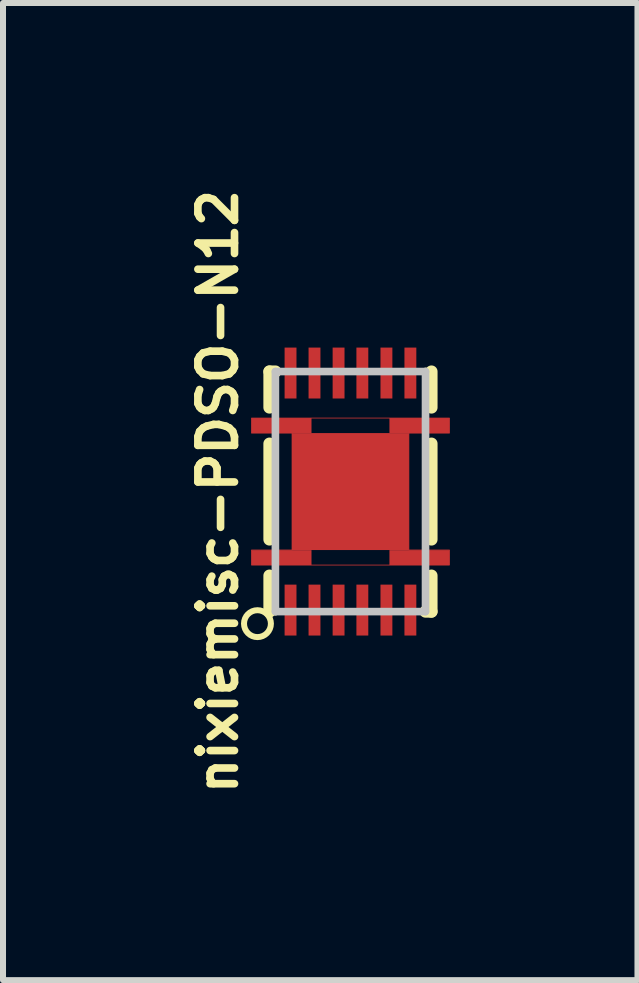
<source format=kicad_pcb>
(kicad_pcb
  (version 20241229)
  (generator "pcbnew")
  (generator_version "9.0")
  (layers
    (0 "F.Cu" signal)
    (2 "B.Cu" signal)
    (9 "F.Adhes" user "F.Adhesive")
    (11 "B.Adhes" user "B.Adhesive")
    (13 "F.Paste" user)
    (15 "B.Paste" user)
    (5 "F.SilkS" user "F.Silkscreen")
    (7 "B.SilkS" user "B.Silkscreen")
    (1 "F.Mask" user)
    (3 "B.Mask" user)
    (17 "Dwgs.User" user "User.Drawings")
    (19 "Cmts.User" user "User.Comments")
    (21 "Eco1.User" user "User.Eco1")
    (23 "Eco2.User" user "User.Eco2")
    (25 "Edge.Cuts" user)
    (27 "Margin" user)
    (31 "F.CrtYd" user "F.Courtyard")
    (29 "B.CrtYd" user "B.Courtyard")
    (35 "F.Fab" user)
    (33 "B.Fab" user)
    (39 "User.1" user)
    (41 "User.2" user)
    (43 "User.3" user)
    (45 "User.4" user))
  (footprint "nixiemisc-PDSO-N12"
    (layer "F.Cu")
    (at 2.787 5.137)
    (property "Reference" "nixiemisc-PDSO-N12" (at -2.207 0 90) (layer "F.SilkS") (effects (font (size 0.61 0.61) (thickness 0.127))))
    (attr smd)
    (fp_poly (pts (xy 1.648 -1.224) (xy -1.648 -1.224) (xy -1.648 -0.973) (xy -0.973 -0.973) (xy -0.973 0.973) (xy -1.648 0.973) (xy -1.648 1.224) (xy 1.648 1.224) (xy 1.648 0.973) (xy 0.973 0.973) (xy 0.973 -0.973) (xy 1.648 -0.973) (xy 1.648 -1.224)) (stroke (width 0.013) (type solid)) (fill no) (layer "F.Cu"))
    (fp_line (start -1.748 -1.323) (end 1.748 -1.323) (stroke (width 0.066) (type solid)) (layer "F.Mask"))
    (fp_line (start -1.748 -0.874) (end -1.748 -1.323) (stroke (width 0.066) (type solid)) (layer "F.Mask"))
    (fp_line (start -1.748 -0.874) (end 1.748 -0.874) (stroke (width 0.066) (type solid)) (layer "F.Mask"))
    (fp_line (start -1.748 0.874) (end -1.748 1.323) (stroke (width 0.066) (type solid)) (layer "F.Mask"))
    (fp_line (start 1.748 -0.874) (end 1.748 -1.323) (stroke (width 0.066) (type solid)) (layer "F.Mask"))
    (fp_line (start 1.748 0.874) (end -1.748 0.874) (stroke (width 0.066) (type solid)) (layer "F.Mask"))
    (fp_line (start 1.748 0.874) (end 1.748 1.323) (stroke (width 0.066) (type solid)) (layer "F.Mask"))
    (fp_line (start 1.748 1.323) (end -1.748 1.323) (stroke (width 0.066) (type solid)) (layer "F.Mask"))
    (fp_line (start -1.349 -1.999) (end -1.349 -1.4) (stroke (width 0.203) (type solid)) (layer "F.SilkS"))
    (fp_line (start -1.349 -1.999) (end -1.25 -1.999) (stroke (width 0.203) (type solid)) (layer "F.SilkS"))
    (fp_line (start -1.349 -0.798) (end -1.349 0.798) (stroke (width 0.203) (type solid)) (layer "F.SilkS"))
    (fp_line (start -1.349 1.999) (end -1.349 1.4) (stroke (width 0.203) (type solid)) (layer "F.SilkS"))
    (fp_line (start -1.349 1.999) (end -1.25 1.999) (stroke (width 0.127) (type solid)) (layer "F.SilkS"))
    (fp_line (start 1.349 -1.999) (end 1.25 -1.999) (stroke (width 0.127) (type solid)) (layer "F.SilkS"))
    (fp_line (start 1.349 -1.999) (end 1.349 -1.4) (stroke (width 0.203) (type solid)) (layer "F.SilkS"))
    (fp_line (start 1.349 0.798) (end 1.349 -0.798) (stroke (width 0.203) (type solid)) (layer "F.SilkS"))
    (fp_line (start 1.349 1.999) (end 1.25 1.999) (stroke (width 0.203) (type solid)) (layer "F.SilkS"))
    (fp_line (start 1.349 1.999) (end 1.349 1.4) (stroke (width 0.203) (type solid)) (layer "F.SilkS"))
    (fp_circle (center -1.549 2.2) (end -1.549 1.976) (stroke (width 0.1) (type solid)) (fill no) (layer "F.SilkS"))
    (fp_line (start -1.623 -1.224) (end -1.1 -1.224) (stroke (width 0.066) (type solid)) (layer "F.Paste"))
    (fp_line (start -1.623 -0.973) (end -1.623 -1.224) (stroke (width 0.066) (type solid)) (layer "F.Paste"))
    (fp_line (start -1.623 -0.973) (end -1.1 -0.973) (stroke (width 0.066) (type solid)) (layer "F.Paste"))
    (fp_line (start -1.623 0.973) (end -1.1 0.973) (stroke (width 0.066) (type solid)) (layer "F.Paste"))
    (fp_line (start -1.623 1.224) (end -1.623 0.973) (stroke (width 0.066) (type solid)) (layer "F.Paste"))
    (fp_line (start -1.623 1.224) (end -1.1 1.224) (stroke (width 0.066) (type solid)) (layer "F.Paste"))
    (fp_line (start -1.1 -2.375) (end -0.899 -2.375) (stroke (width 0.066) (type solid)) (layer "F.Paste"))
    (fp_line (start -1.1 -1.575) (end -1.1 -2.375) (stroke (width 0.066) (type solid)) (layer "F.Paste"))
    (fp_line (start -1.1 -1.575) (end -0.899 -1.575) (stroke (width 0.066) (type solid)) (layer "F.Paste"))
    (fp_line (start -1.1 -0.973) (end -1.1 -1.224) (stroke (width 0.066) (type solid)) (layer "F.Paste"))
    (fp_line (start -1.1 1.224) (end -1.1 0.973) (stroke (width 0.066) (type solid)) (layer "F.Paste"))
    (fp_line (start -1.1 1.575) (end -1.1 2.375) (stroke (width 0.066) (type solid)) (layer "F.Paste"))
    (fp_line (start -0.899 -1.575) (end -0.899 -2.375) (stroke (width 0.066) (type solid)) (layer "F.Paste"))
    (fp_line (start -0.899 -1.1) (end -0.099 -1.1) (stroke (width 0.066) (type solid)) (layer "F.Paste"))
    (fp_line (start -0.899 -0.099) (end -0.899 -1.1) (stroke (width 0.066) (type solid)) (layer "F.Paste"))
    (fp_line (start -0.899 -0.099) (end -0.099 -0.099) (stroke (width 0.066) (type solid)) (layer "F.Paste"))
    (fp_line (start -0.899 0.099) (end -0.099 0.099) (stroke (width 0.066) (type solid)) (layer "F.Paste"))
    (fp_line (start -0.899 1.1) (end -0.899 0.099) (stroke (width 0.066) (type solid)) (layer "F.Paste"))
    (fp_line (start -0.899 1.1) (end -0.099 1.1) (stroke (width 0.066) (type solid)) (layer "F.Paste"))
    (fp_line (start -0.899 1.575) (end -1.1 1.575) (stroke (width 0.066) (type solid)) (layer "F.Paste"))
    (fp_line (start -0.899 1.575) (end -0.899 2.375) (stroke (width 0.066) (type solid)) (layer "F.Paste"))
    (fp_line (start -0.899 2.375) (end -1.1 2.375) (stroke (width 0.066) (type solid)) (layer "F.Paste"))
    (fp_line (start -0.699 -2.375) (end -0.498 -2.375) (stroke (width 0.066) (type solid)) (layer "F.Paste"))
    (fp_line (start -0.699 -1.575) (end -0.699 -2.375) (stroke (width 0.066) (type solid)) (layer "F.Paste"))
    (fp_line (start -0.699 -1.575) (end -0.498 -1.575) (stroke (width 0.066) (type solid)) (layer "F.Paste"))
    (fp_line (start -0.699 1.575) (end -0.699 2.375) (stroke (width 0.066) (type solid)) (layer "F.Paste"))
    (fp_line (start -0.498 -1.575) (end -0.498 -2.375) (stroke (width 0.066) (type solid)) (layer "F.Paste"))
    (fp_line (start -0.498 1.575) (end -0.699 1.575) (stroke (width 0.066) (type solid)) (layer "F.Paste"))
    (fp_line (start -0.498 1.575) (end -0.498 2.375) (stroke (width 0.066) (type solid)) (layer "F.Paste"))
    (fp_line (start -0.498 2.375) (end -0.699 2.375) (stroke (width 0.066) (type solid)) (layer "F.Paste"))
    (fp_line (start -0.3 -2.375) (end -0.099 -2.375) (stroke (width 0.066) (type solid)) (layer "F.Paste"))
    (fp_line (start -0.3 -1.575) (end -0.3 -2.375) (stroke (width 0.066) (type solid)) (layer "F.Paste"))
    (fp_line (start -0.3 -1.575) (end -0.099 -1.575) (stroke (width 0.066) (type solid)) (layer "F.Paste"))
    (fp_line (start -0.3 1.575) (end -0.3 2.375) (stroke (width 0.066) (type solid)) (layer "F.Paste"))
    (fp_line (start -0.099 -1.575) (end -0.099 -2.375) (stroke (width 0.066) (type solid)) (layer "F.Paste"))
    (fp_line (start -0.099 -0.099) (end -0.099 -1.1) (stroke (width 0.066) (type solid)) (layer "F.Paste"))
    (fp_line (start -0.099 1.1) (end -0.099 0.099) (stroke (width 0.066) (type solid)) (layer "F.Paste"))
    (fp_line (start -0.099 1.575) (end -0.3 1.575) (stroke (width 0.066) (type solid)) (layer "F.Paste"))
    (fp_line (start -0.099 1.575) (end -0.099 2.375) (stroke (width 0.066) (type solid)) (layer "F.Paste"))
    (fp_line (start -0.099 2.375) (end -0.3 2.375) (stroke (width 0.066) (type solid)) (layer "F.Paste"))
    (fp_line (start 0.099 -2.375) (end 0.3 -2.375) (stroke (width 0.066) (type solid)) (layer "F.Paste"))
    (fp_line (start 0.099 -1.575) (end 0.099 -2.375) (stroke (width 0.066) (type solid)) (layer "F.Paste"))
    (fp_line (start 0.099 -1.575) (end 0.3 -1.575) (stroke (width 0.066) (type solid)) (layer "F.Paste"))
    (fp_line (start 0.099 -1.1) (end 0.099 -0.099) (stroke (width 0.066) (type solid)) (layer "F.Paste"))
    (fp_line (start 0.099 0.099) (end 0.099 1.1) (stroke (width 0.066) (type solid)) (layer "F.Paste"))
    (fp_line (start 0.099 1.575) (end 0.099 2.375) (stroke (width 0.066) (type solid)) (layer "F.Paste"))
    (fp_line (start 0.3 -1.575) (end 0.3 -2.375) (stroke (width 0.066) (type solid)) (layer "F.Paste"))
    (fp_line (start 0.3 1.575) (end 0.099 1.575) (stroke (width 0.066) (type solid)) (layer "F.Paste"))
    (fp_line (start 0.3 1.575) (end 0.3 2.375) (stroke (width 0.066) (type solid)) (layer "F.Paste"))
    (fp_line (start 0.3 2.375) (end 0.099 2.375) (stroke (width 0.066) (type solid)) (layer "F.Paste"))
    (fp_line (start 0.498 -2.375) (end 0.699 -2.375) (stroke (width 0.066) (type solid)) (layer "F.Paste"))
    (fp_line (start 0.498 -2.375) (end 0.699 -2.375) (stroke (width 0.066) (type solid)) (layer "F.Paste"))
    (fp_line (start 0.498 -1.575) (end 0.498 -2.375) (stroke (width 0.066) (type solid)) (layer "F.Paste"))
    (fp_line (start 0.498 -1.575) (end 0.498 -2.375) (stroke (width 0.066) (type solid)) (layer "F.Paste"))
    (fp_line (start 0.498 -1.575) (end 0.699 -1.575) (stroke (width 0.066) (type solid)) (layer "F.Paste"))
    (fp_line (start 0.498 -1.575) (end 0.699 -1.575) (stroke (width 0.066) (type solid)) (layer "F.Paste"))
    (fp_line (start 0.498 1.575) (end 0.498 2.375) (stroke (width 0.066) (type solid)) (layer "F.Paste"))
    (fp_line (start 0.699 -1.575) (end 0.699 -2.375) (stroke (width 0.066) (type solid)) (layer "F.Paste"))
    (fp_line (start 0.699 -1.575) (end 0.699 -2.375) (stroke (width 0.066) (type solid)) (layer "F.Paste"))
    (fp_line (start 0.699 1.575) (end 0.498 1.575) (stroke (width 0.066) (type solid)) (layer "F.Paste"))
    (fp_line (start 0.699 1.575) (end 0.699 2.375) (stroke (width 0.066) (type solid)) (layer "F.Paste"))
    (fp_line (start 0.699 2.375) (end 0.498 2.375) (stroke (width 0.066) (type solid)) (layer "F.Paste"))
    (fp_line (start 0.899 -2.375) (end 1.1 -2.375) (stroke (width 0.066) (type solid)) (layer "F.Paste"))
    (fp_line (start 0.899 -1.575) (end 0.899 -2.375) (stroke (width 0.066) (type solid)) (layer "F.Paste"))
    (fp_line (start 0.899 -1.575) (end 1.1 -1.575) (stroke (width 0.066) (type solid)) (layer "F.Paste"))
    (fp_line (start 0.899 -1.1) (end 0.099 -1.1) (stroke (width 0.066) (type solid)) (layer "F.Paste"))
    (fp_line (start 0.899 -1.1) (end 0.899 -0.099) (stroke (width 0.066) (type solid)) (layer "F.Paste"))
    (fp_line (start 0.899 -0.099) (end 0.099 -0.099) (stroke (width 0.066) (type solid)) (layer "F.Paste"))
    (fp_line (start 0.899 0.099) (end 0.099 0.099) (stroke (width 0.066) (type solid)) (layer "F.Paste"))
    (fp_line (start 0.899 0.099) (end 0.899 1.1) (stroke (width 0.066) (type solid)) (layer "F.Paste"))
    (fp_line (start 0.899 1.1) (end 0.099 1.1) (stroke (width 0.066) (type solid)) (layer "F.Paste"))
    (fp_line (start 0.899 1.575) (end 0.899 2.375) (stroke (width 0.066) (type solid)) (layer "F.Paste"))
    (fp_line (start 1.1 -1.575) (end 1.1 -2.375) (stroke (width 0.066) (type solid)) (layer "F.Paste"))
    (fp_line (start 1.1 -1.224) (end 1.1 -0.973) (stroke (width 0.066) (type solid)) (layer "F.Paste"))
    (fp_line (start 1.1 0.973) (end 1.1 1.224) (stroke (width 0.066) (type solid)) (layer "F.Paste"))
    (fp_line (start 1.1 1.575) (end 0.899 1.575) (stroke (width 0.066) (type solid)) (layer "F.Paste"))
    (fp_line (start 1.1 1.575) (end 1.1 2.375) (stroke (width 0.066) (type solid)) (layer "F.Paste"))
    (fp_line (start 1.1 2.375) (end 0.899 2.375) (stroke (width 0.066) (type solid)) (layer "F.Paste"))
    (fp_line (start 1.623 -1.224) (end 1.1 -1.224) (stroke (width 0.066) (type solid)) (layer "F.Paste"))
    (fp_line (start 1.623 -1.224) (end 1.623 -0.973) (stroke (width 0.066) (type solid)) (layer "F.Paste"))
    (fp_line (start 1.623 -0.973) (end 1.1 -0.973) (stroke (width 0.066) (type solid)) (layer "F.Paste"))
    (fp_line (start 1.623 0.973) (end 1.1 0.973) (stroke (width 0.066) (type solid)) (layer "F.Paste"))
    (fp_line (start 1.623 0.973) (end 1.623 1.224) (stroke (width 0.066) (type solid)) (layer "F.Paste"))
    (fp_line (start 1.623 1.224) (end 1.1 1.224) (stroke (width 0.066) (type solid)) (layer "F.Paste"))
    (fp_line (start -1.25 -1.999) (end -1.25 1.999) (stroke (width 0.127) (type solid)) (layer "Dwgs.User"))
    (fp_line (start -1.25 1.999) (end 1.25 1.999) (stroke (width 0.127) (type solid)) (layer "Dwgs.User"))
    (fp_line (start 1.25 -1.999) (end -1.25 -1.999) (stroke (width 0.127) (type solid)) (layer "Dwgs.User"))
    (fp_line (start 1.25 1.999) (end 1.25 -1.999) (stroke (width 0.127) (type solid)) (layer "Dwgs.User"))
    (pad "1" smd rect (at -0.998 1.974) (size 0.198 0.848) (layers "F.Cu" "F.Mask" "F.Paste"))
    (pad "2" smd rect (at -0.599 1.974) (size 0.198 0.848) (layers "F.Cu" "F.Mask" "F.Paste"))
    (pad "3" smd rect (at -0.198 1.974) (size 0.198 0.848) (layers "F.Cu" "F.Mask" "F.Paste"))
    (pad "4" smd rect (at 0.198 1.974) (size 0.198 0.848) (layers "F.Cu" "F.Mask" "F.Paste"))
    (pad "5" smd rect (at 0.599 1.974) (size 0.198 0.848) (layers "F.Cu" "F.Mask" "F.Paste"))
    (pad "6" smd rect (at 0.998 1.974) (size 0.198 0.848) (layers "F.Cu" "F.Mask" "F.Paste"))
    (pad "7" smd rect (at 0.998 -1.974 180) (size 0.198 0.848) (layers "F.Cu" "F.Mask" "F.Paste"))
    (pad "8" smd rect (at 0.599 -1.974 180) (size 0.198 0.848) (layers "F.Cu" "F.Mask" "F.Paste"))
    (pad "9" smd rect (at 0.198 -1.974 180) (size 0.198 0.848) (layers "F.Cu" "F.Mask" "F.Paste"))
    (pad "10" smd rect (at -0.198 -1.974 180) (size 0.198 0.848) (layers "F.Cu" "F.Mask" "F.Paste"))
    (pad "11" smd rect (at -0.599 -1.974 180) (size 0.198 0.848) (layers "F.Cu" "F.Mask" "F.Paste"))
    (pad "12" smd rect (at -0.998 -1.974 180) (size 0.198 0.848) (layers "F.Cu" "F.Mask" "F.Paste"))
    (pad "EP" smd rect (at 0 0) (size 1.948 1.948) (layers "F.Cu" "F.Mask" "F.Paste"))
    (pad "EP1" smd rect (at -1.148 -1.1) (size 0.998 0.249) (layers "F.Cu" "F.Mask" "F.Paste"))
    (pad "EP2" smd rect (at -1.148 1.1) (size 0.998 0.249) (layers "F.Cu" "F.Mask" "F.Paste"))
    (pad "EP3" smd rect (at 1.148 1.1 180) (size 0.998 0.249) (layers "F.Cu" "F.Mask" "F.Paste"))
    (pad "EP4" smd rect (at 1.148 -1.1 180) (size 0.998 0.249) (layers "F.Cu" "F.Mask" "F.Paste")))
  (gr_rect
    (start -3 -3)
    (end 7.567 13.274)
    (stroke (width 0.1) (type default))
    (fill no)
    (layer "Edge.Cuts")))
</source>
